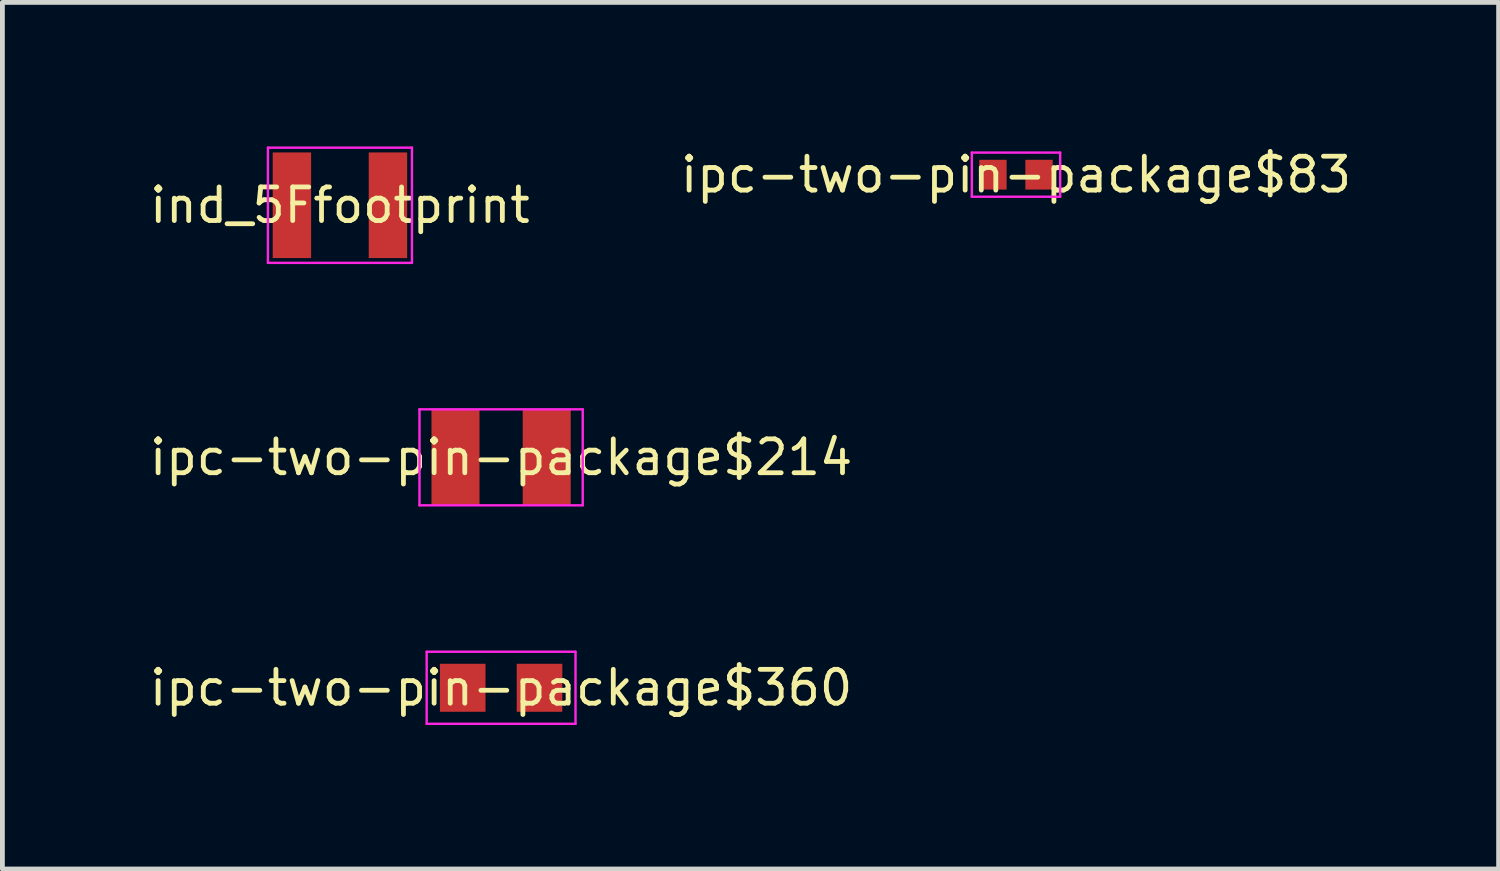
<source format=kicad_pcb>
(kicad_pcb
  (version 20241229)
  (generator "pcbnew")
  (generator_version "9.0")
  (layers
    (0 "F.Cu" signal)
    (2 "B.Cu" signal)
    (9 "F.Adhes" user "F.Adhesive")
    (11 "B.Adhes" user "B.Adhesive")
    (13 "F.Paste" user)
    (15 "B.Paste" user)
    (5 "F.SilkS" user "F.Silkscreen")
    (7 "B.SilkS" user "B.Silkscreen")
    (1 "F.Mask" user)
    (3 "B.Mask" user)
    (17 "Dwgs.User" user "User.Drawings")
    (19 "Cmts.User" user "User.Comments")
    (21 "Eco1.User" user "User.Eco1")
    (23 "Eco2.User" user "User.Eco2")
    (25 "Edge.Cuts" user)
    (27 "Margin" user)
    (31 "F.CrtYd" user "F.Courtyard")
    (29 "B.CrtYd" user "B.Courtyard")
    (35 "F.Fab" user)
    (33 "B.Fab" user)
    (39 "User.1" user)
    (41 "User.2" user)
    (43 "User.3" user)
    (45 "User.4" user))
  (footprint "ipc-two-pin-package$214"
    (layer "F.Cu")
    (at 7.387 6.475)
    (property "Reference" "ipc-two-pin-package$214" (at 0 0 0) (layer "F.SilkS") (effects (font (size 0.706 0.706) (thickness 0.1))))
    (attr through_hole)
    (fp_poly (pts (xy -1.45 1) (xy -0.45 1) (xy -0.45 -1) (xy -1.45 -1)) (stroke (width 0) (type solid)) (fill yes) (layer "F.Mask"))
    (fp_poly (pts (xy 0.45 1) (xy 1.45 1) (xy 1.45 -1) (xy 0.45 -1)) (stroke (width 0) (type solid)) (fill yes) (layer "F.Mask"))
    (fp_poly (pts (xy -1.45 1) (xy -0.45 1) (xy -0.45 -1) (xy -1.45 -1)) (stroke (width 0) (type solid)) (fill yes) (layer "F.Paste"))
    (fp_poly (pts (xy 0.45 1) (xy 1.45 1) (xy 1.45 -1) (xy 0.45 -1)) (stroke (width 0) (type solid)) (fill yes) (layer "F.Paste"))
    (fp_line (start -1.7 -1) (end -1.7 1) (stroke (width 0.05) (type solid)) (layer "F.CrtYd"))
    (fp_line (start -1.7 1) (end 1.7 1) (stroke (width 0.05) (type solid)) (layer "F.CrtYd"))
    (fp_line (start 1.7 -1) (end -1.7 -1) (stroke (width 0.05) (type solid)) (layer "F.CrtYd"))
    (fp_line (start 1.7 1) (end 1.7 -1) (stroke (width 0.05) (type solid)) (layer "F.CrtYd"))
    (pad "1" smd rect (at -0.95 0) (size 1 2) (layers "F.Cu"))
    (pad "2" smd rect (at 0.95 0) (size 1 2) (layers "F.Cu")))
  (footprint "ind_5Ffootprint"
    (layer "F.Cu")
    (at 4.03 1.225)
    (property "Reference" "ind_5Ffootprint" (at 0 0 0) (layer "F.SilkS") (effects (font (size 0.7 0.7) (thickness 0.1))))
    (attr through_hole)
    (fp_poly (pts (xy -1.4 1.1) (xy -0.6 1.1) (xy -0.6 -1.1) (xy -1.4 -1.1)) (stroke (width 0) (type solid)) (fill yes) (layer "F.Mask"))
    (fp_poly (pts (xy 0.6 1.1) (xy 1.4 1.1) (xy 1.4 -1.1) (xy 0.6 -1.1)) (stroke (width 0) (type solid)) (fill yes) (layer "F.Mask"))
    (fp_poly (pts (xy -1.4 1.1) (xy -0.6 1.1) (xy -0.6 -1.1) (xy -1.4 -1.1)) (stroke (width 0) (type solid)) (fill yes) (layer "F.Paste"))
    (fp_poly (pts (xy 0.6 1.1) (xy 1.4 1.1) (xy 1.4 -1.1) (xy 0.6 -1.1)) (stroke (width 0) (type solid)) (fill yes) (layer "F.Paste"))
    (fp_line (start -1.5 -1.2) (end -1.5 1.2) (stroke (width 0.05) (type solid)) (layer "F.CrtYd"))
    (fp_line (start -1.5 1.2) (end 1.5 1.2) (stroke (width 0.05) (type solid)) (layer "F.CrtYd"))
    (fp_line (start 1.5 -1.2) (end -1.5 -1.2) (stroke (width 0.05) (type solid)) (layer "F.CrtYd"))
    (fp_line (start 1.5 1.2) (end 1.5 -1.2) (stroke (width 0.05) (type solid)) (layer "F.CrtYd"))
    (pad "1" smd rect (at -1 0) (size 0.8 2.2) (layers "F.Cu"))
    (pad "2" smd rect (at 1 0) (size 0.8 2.2) (layers "F.Cu")))
  (footprint "ipc-two-pin-package$83"
    (layer "F.Cu")
    (at 18.111 0.588)
    (property "Reference" "ipc-two-pin-package$83" (at 0 0 0) (layer "F.SilkS") (effects (font (size 0.706 0.706) (thickness 0.1))))
    (attr through_hole)
    (fp_poly (pts (xy -0.765 0.31) (xy -0.195 0.31) (xy -0.195 -0.31) (xy -0.765 -0.31)) (stroke (width 0) (type solid)) (fill yes) (layer "F.Mask"))
    (fp_poly (pts (xy 0.195 0.31) (xy 0.765 0.31) (xy 0.765 -0.31) (xy 0.195 -0.31)) (stroke (width 0) (type solid)) (fill yes) (layer "F.Mask"))
    (fp_poly (pts (xy -0.765 0.31) (xy -0.195 0.31) (xy -0.195 -0.31) (xy -0.765 -0.31)) (stroke (width 0) (type solid)) (fill yes) (layer "F.Paste"))
    (fp_poly (pts (xy 0.195 0.31) (xy 0.765 0.31) (xy 0.765 -0.31) (xy 0.195 -0.31)) (stroke (width 0) (type solid)) (fill yes) (layer "F.Paste"))
    (fp_line (start -0.92 -0.46) (end -0.92 0.46) (stroke (width 0.05) (type solid)) (layer "F.CrtYd"))
    (fp_line (start -0.92 0.46) (end 0.92 0.46) (stroke (width 0.05) (type solid)) (layer "F.CrtYd"))
    (fp_line (start 0.92 -0.46) (end -0.92 -0.46) (stroke (width 0.05) (type solid)) (layer "F.CrtYd"))
    (fp_line (start 0.92 0.46) (end 0.92 -0.46) (stroke (width 0.05) (type solid)) (layer "F.CrtYd"))
    (pad "1" smd rect (at -0.48 0) (size 0.57 0.62) (layers "F.Cu"))
    (pad "2" smd rect (at 0.48 0) (size 0.57 0.62) (layers "F.Cu")))
  (footprint "ipc-two-pin-package$360"
    (layer "F.Cu")
    (at 7.387 11.275)
    (property "Reference" "ipc-two-pin-package$360" (at 0 0 0) (layer "F.SilkS") (effects (font (size 0.706 0.706) (thickness 0.1))))
    (attr through_hole)
    (fp_poly (pts (xy -1.275 0.5) (xy -0.325 0.5) (xy -0.325 -0.5) (xy -1.275 -0.5)) (stroke (width 0) (type solid)) (fill yes) (layer "F.Mask"))
    (fp_poly (pts (xy 0.325 0.5) (xy 1.275 0.5) (xy 1.275 -0.5) (xy 0.325 -0.5)) (stroke (width 0) (type solid)) (fill yes) (layer "F.Mask"))
    (fp_poly (pts (xy -1.275 0.5) (xy -0.325 0.5) (xy -0.325 -0.5) (xy -1.275 -0.5)) (stroke (width 0) (type solid)) (fill yes) (layer "F.Paste"))
    (fp_poly (pts (xy 0.325 0.5) (xy 1.275 0.5) (xy 1.275 -0.5) (xy 0.325 -0.5)) (stroke (width 0) (type solid)) (fill yes) (layer "F.Paste"))
    (fp_line (start -1.55 -0.75) (end -1.55 0.75) (stroke (width 0.05) (type solid)) (layer "F.CrtYd"))
    (fp_line (start -1.55 0.75) (end 1.55 0.75) (stroke (width 0.05) (type solid)) (layer "F.CrtYd"))
    (fp_line (start 1.55 -0.75) (end -1.55 -0.75) (stroke (width 0.05) (type solid)) (layer "F.CrtYd"))
    (fp_line (start 1.55 0.75) (end 1.55 -0.75) (stroke (width 0.05) (type solid)) (layer "F.CrtYd"))
    (pad "1" smd rect (at -0.8 0) (size 0.95 1) (layers "F.Cu"))
    (pad "2" smd rect (at 0.8 0) (size 0.95 1) (layers "F.Cu")))
  (gr_rect
    (start -3 -3)
    (end 28.163 15.05)
    (stroke (width 0.1) (type default))
    (fill no)
    (layer "Edge.Cuts")))
</source>
